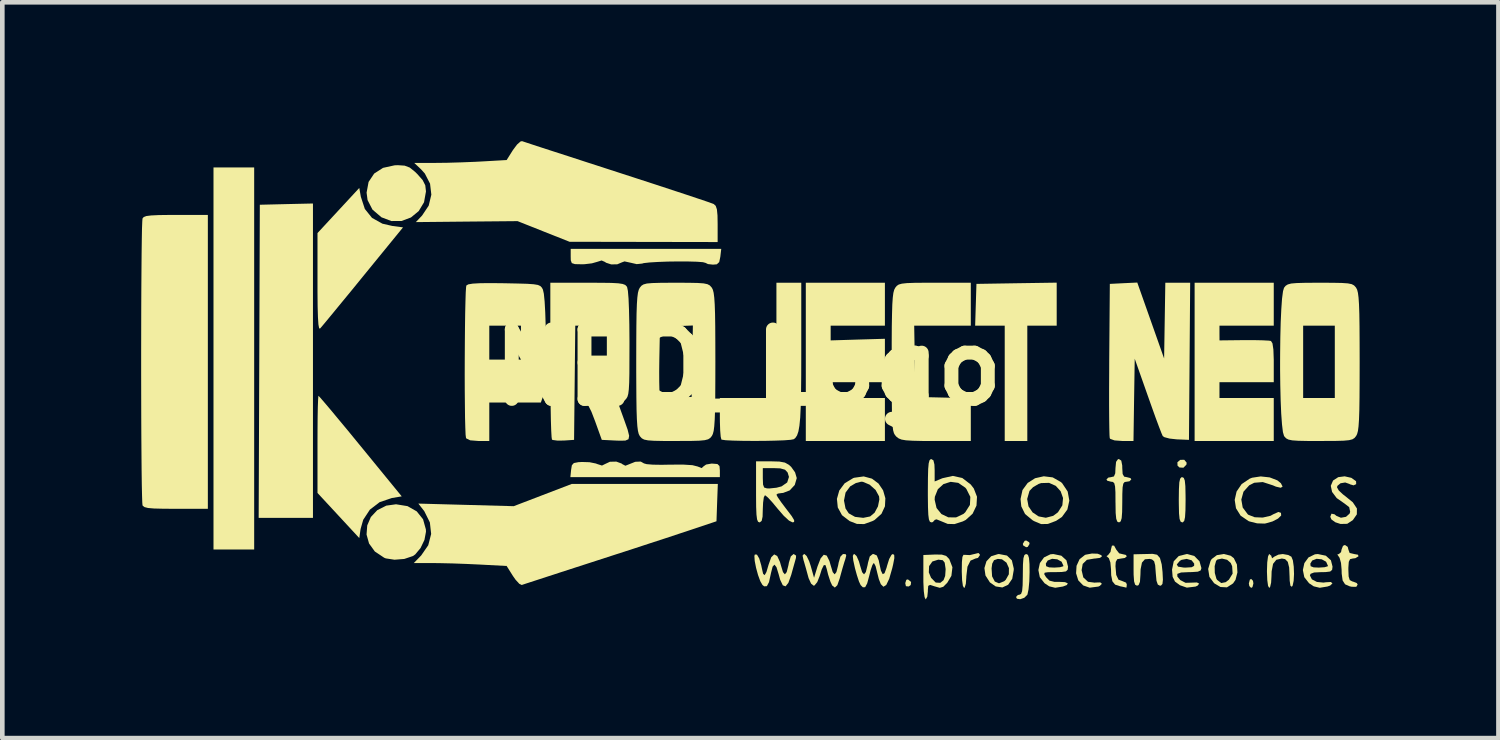
<source format=kicad_pcb>
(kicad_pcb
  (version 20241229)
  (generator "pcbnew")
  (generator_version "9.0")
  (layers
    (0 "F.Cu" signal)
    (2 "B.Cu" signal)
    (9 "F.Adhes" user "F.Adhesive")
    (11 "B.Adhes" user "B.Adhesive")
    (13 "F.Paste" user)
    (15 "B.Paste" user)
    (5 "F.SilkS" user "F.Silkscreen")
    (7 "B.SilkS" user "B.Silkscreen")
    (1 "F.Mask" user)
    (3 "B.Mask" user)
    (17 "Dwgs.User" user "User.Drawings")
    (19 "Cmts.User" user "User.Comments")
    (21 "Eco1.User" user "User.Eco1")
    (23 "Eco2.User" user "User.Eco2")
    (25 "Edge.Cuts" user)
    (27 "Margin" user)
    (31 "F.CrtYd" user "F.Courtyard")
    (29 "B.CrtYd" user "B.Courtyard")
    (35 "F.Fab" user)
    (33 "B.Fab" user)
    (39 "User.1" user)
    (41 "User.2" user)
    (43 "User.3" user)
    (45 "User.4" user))
  (footprint "NEO_Logo"
    (layer "F.Cu")
    (at 13.115 4.891)
    (property "Reference" "NEO_Logo" (at 0 0 0) (layer "F.SilkS") (effects (font (size 1.5 1.5) (thickness 0.3))))
    (attr board_only exclude_from_pos_files exclude_from_bom)
    (fp_poly (pts (xy 3.521 4.633) (xy 3.513 4.7) (xy 3.47 4.731) (xy 3.409 4.725) (xy 3.395 4.659) (xy 3.418 4.587) (xy 3.453 4.578)) (stroke (width 0) (type solid)) (fill yes) (layer "F.SilkS"))
    (fp_poly (pts (xy -10.673 -0.195) (xy -10.673 3.932) (xy -11.113 3.932) (xy -11.552 3.932) (xy -11.552 -0.195) (xy -11.552 -4.323) (xy -11.113 -4.323) (xy -10.673 -4.323)) (stroke (width 0) (type solid)) (fill yes) (layer "F.SilkS"))
    (fp_poly (pts (xy -9.403 -0.148) (xy -9.403 3.248) (xy -9.989 3.248) (xy -10.576 3.248) (xy -10.563 -0.134) (xy -10.551 -3.517) (xy -9.977 -3.531) (xy -9.403 -3.544)) (stroke (width 0) (type solid)) (fill yes) (layer "F.SilkS"))
    (fp_poly (pts (xy 6.073 3.776) (xy 6.081 3.81) (xy 6.042 3.875) (xy 6.008 3.883) (xy 5.943 3.844) (xy 5.935 3.81) (xy 5.974 3.745) (xy 6.008 3.737)) (stroke (width 0) (type solid)) (fill yes) (layer "F.SilkS"))
    (fp_poly (pts (xy 9.475 2.056) (xy 9.47 2.099) (xy 9.405 2.165) (xy 9.32 2.16) (xy 9.278 2.121) (xy 9.275 2.047) (xy 9.335 1.995) (xy 9.423 1.994)) (stroke (width 0) (type solid)) (fill yes) (layer "F.SilkS"))
    (fp_poly (pts (xy 10.908 4.608) (xy 10.917 4.665) (xy 10.897 4.744) (xy 10.868 4.762) (xy 10.829 4.722) (xy 10.819 4.665) (xy 10.84 4.585) (xy 10.868 4.567)) (stroke (width 0) (type solid)) (fill yes) (layer "F.SilkS"))
    (fp_poly (pts (xy 6.667 -1.369) (xy 6.667 -0.904) (xy 6.35 -0.904) (xy 6.032 -0.904) (xy 6.032 0.342) (xy 6.032 1.587) (xy 5.788 1.587) (xy 5.544 1.587) (xy 5.544 0.342) (xy 5.544 -0.904) (xy 5.225 -0.904) (xy 4.905 -0.904) (xy 4.919 -1.355) (xy 4.933 -1.807) (xy 5.8 -1.821) (xy 6.667 -1.834)) (stroke (width 0) (type solid)) (fill yes) (layer "F.SilkS"))
    (fp_poly (pts (xy 9.413 2.385) (xy 9.435 2.444) (xy 9.447 2.563) (xy 9.451 2.756) (xy 9.452 2.857) (xy 9.449 3.085) (xy 9.44 3.232) (xy 9.423 3.312) (xy 9.394 3.344) (xy 9.378 3.346) (xy 9.344 3.33) (xy 9.322 3.271) (xy 9.31 3.152) (xy 9.306 2.959) (xy 9.305 2.857) (xy 9.308 2.63) (xy 9.316 2.483) (xy 9.334 2.403) (xy 9.363 2.371) (xy 9.378 2.369)) (stroke (width 0) (type solid)) (fill yes) (layer "F.SilkS"))
    (fp_poly (pts (xy -7.36 2.995) (xy -7.161 3.108) (xy -7.024 3.279) (xy -6.963 3.498) (xy -6.961 3.549) (xy -6.994 3.725) (xy -7.079 3.902) (xy -7.194 4.039) (xy -7.245 4.074) (xy -7.429 4.136) (xy -7.641 4.153) (xy -7.829 4.124) (xy -7.864 4.11) (xy -8.066 3.975) (xy -8.191 3.802) (xy -8.245 3.608) (xy -8.23 3.411) (xy -8.152 3.23) (xy -8.013 3.082) (xy -7.818 2.984) (xy -7.608 2.955)) (stroke (width 0) (type solid)) (fill yes) (layer "F.SilkS"))
    (fp_poly (pts (xy -7.422 -4.362) (xy -7.313 -4.321) (xy -7.199 -4.23) (xy -7.15 -4.182) (xy -7.033 -4.05) (xy -6.976 -3.937) (xy -6.961 -3.806) (xy -6.961 -3.804) (xy -7.003 -3.571) (xy -7.118 -3.38) (xy -7.286 -3.242) (xy -7.49 -3.166) (xy -7.709 -3.165) (xy -7.923 -3.246) (xy -8.117 -3.412) (xy -8.223 -3.618) (xy -8.244 -3.779) (xy -8.201 -4.01) (xy -8.08 -4.191) (xy -7.889 -4.314) (xy -7.639 -4.369) (xy -7.568 -4.372)) (stroke (width 0) (type solid)) (fill yes) (layer "F.SilkS"))
    (fp_poly (pts (xy 5.006 4.039) (xy 5.007 4.055) (xy 4.966 4.114) (xy 4.911 4.127) (xy 4.805 4.172) (xy 4.739 4.303) (xy 4.714 4.518) (xy 4.714 4.539) (xy 4.704 4.672) (xy 4.68 4.752) (xy 4.665 4.762) (xy 4.64 4.717) (xy 4.623 4.594) (xy 4.616 4.412) (xy 4.616 4.391) (xy 4.619 4.201) (xy 4.63 4.092) (xy 4.653 4.047) (xy 4.69 4.048) (xy 4.789 4.053) (xy 4.885 4.03) (xy 4.976 4.007)) (stroke (width 0) (type solid)) (fill yes) (layer "F.SilkS"))
    (fp_poly (pts (xy -9.249 0.647) (xy -9.16 0.75) (xy -9.025 0.909) (xy -8.853 1.116) (xy -8.65 1.36) (xy -8.426 1.634) (xy -8.374 1.697) (xy -7.485 2.784) (xy -7.699 2.82) (xy -7.962 2.909) (xy -8.173 3.071) (xy -8.317 3.29) (xy -8.374 3.49) (xy -8.402 3.685) (xy -8.853 3.198) (xy -9.305 2.71) (xy -9.305 1.66) (xy -9.304 1.352) (xy -9.302 1.079) (xy -9.298 0.857) (xy -9.292 0.698) (xy -9.286 0.618) (xy -9.284 0.611)) (stroke (width 0) (type solid)) (fill yes) (layer "F.SilkS"))
    (fp_poly (pts (xy -8.368 -3.689) (xy -8.282 -3.426) (xy -8.127 -3.233) (xy -7.902 -3.108) (xy -7.689 -3.059) (xy -7.457 -3.028) (xy -8.328 -1.961) (xy -8.555 -1.682) (xy -8.765 -1.427) (xy -8.947 -1.205) (xy -9.094 -1.027) (xy -9.198 -0.902) (xy -9.249 -0.843) (xy -9.252 -0.84) (xy -9.27 -0.851) (xy -9.285 -0.931) (xy -9.295 -1.086) (xy -9.302 -1.323) (xy -9.305 -1.647) (xy -9.305 -1.846) (xy -9.305 -2.905) (xy -8.853 -3.393) (xy -8.402 -3.88)) (stroke (width 0) (type solid)) (fill yes) (layer "F.SilkS"))
    (fp_poly (pts (xy 2.955 -1.368) (xy 2.955 -0.904) (xy 2.369 -0.904) (xy 1.783 -0.904) (xy 1.783 -0.745) (xy 1.783 -0.586) (xy 2.369 -0.604) (xy 2.955 -0.621) (xy 2.955 -0.152) (xy 2.955 0.317) (xy 2.369 0.317) (xy 1.783 0.317) (xy 1.783 0.488) (xy 1.783 0.659) (xy 2.369 0.659) (xy 2.955 0.659) (xy 2.955 1.123) (xy 2.955 1.587) (xy 2.1 1.587) (xy 1.246 1.587) (xy 1.246 -0.122) (xy 1.246 -1.832) (xy 2.1 -1.832) (xy 2.955 -1.832)) (stroke (width 0) (type solid)) (fill yes) (layer "F.SilkS"))
    (fp_poly (pts (xy 6.046 4.048) (xy 6.068 4.115) (xy 6.079 4.247) (xy 6.081 4.424) (xy 6.075 4.622) (xy 6.059 4.791) (xy 6.036 4.9) (xy 6.031 4.912) (xy 5.966 4.976) (xy 5.879 5.006) (xy 5.808 4.996) (xy 5.788 4.958) (xy 5.828 4.915) (xy 5.862 4.909) (xy 5.897 4.892) (xy 5.92 4.829) (xy 5.931 4.705) (xy 5.935 4.501) (xy 5.935 4.469) (xy 5.938 4.255) (xy 5.948 4.121) (xy 5.969 4.052) (xy 6.003 4.03) (xy 6.008 4.03)) (stroke (width 0) (type solid)) (fill yes) (layer "F.SilkS"))
    (fp_poly (pts (xy 7.552 4.023) (xy 7.632 4.055) (xy 7.644 4.082) (xy 7.602 4.113) (xy 7.497 4.127) (xy 7.483 4.127) (xy 7.319 4.155) (xy 7.229 4.244) (xy 7.205 4.378) (xy 7.242 4.535) (xy 7.344 4.63) (xy 7.491 4.649) (xy 7.506 4.646) (xy 7.609 4.643) (xy 7.644 4.673) (xy 7.599 4.718) (xy 7.567 4.733) (xy 7.38 4.757) (xy 7.239 4.708) (xy 7.133 4.598) (xy 7.086 4.446) (xy 7.096 4.284) (xy 7.161 4.142) (xy 7.277 4.05) (xy 7.293 4.044) (xy 7.428 4.019)) (stroke (width 0) (type solid)) (fill yes) (layer "F.SilkS"))
    (fp_poly (pts (xy 11.357 -1.368) (xy 11.357 -0.904) (xy 10.771 -0.904) (xy 10.184 -0.904) (xy 10.184 -0.745) (xy 10.185 -0.586) (xy 10.71 -0.592) (xy 10.931 -0.592) (xy 11.118 -0.588) (xy 11.249 -0.581) (xy 11.296 -0.574) (xy 11.329 -0.522) (xy 11.349 -0.389) (xy 11.357 -0.168) (xy 11.357 -0.117) (xy 11.357 0.317) (xy 10.771 0.317) (xy 10.184 0.317) (xy 10.184 0.488) (xy 10.184 0.659) (xy 10.771 0.659) (xy 11.357 0.659) (xy 11.357 1.123) (xy 11.357 1.587) (xy 10.502 1.587) (xy 9.647 1.587) (xy 9.647 -0.122) (xy 9.647 -1.832) (xy 10.502 -1.832) (xy 11.357 -1.832)) (stroke (width 0) (type solid)) (fill yes) (layer "F.SilkS"))
    (fp_poly (pts (xy 1.148 -0.296) (xy 1.147 0.171) (xy 1.143 0.551) (xy 1.136 0.852) (xy 1.125 1.084) (xy 1.108 1.258) (xy 1.086 1.382) (xy 1.057 1.467) (xy 1.02 1.522) (xy 0.986 1.549) (xy 0.919 1.562) (xy 0.776 1.573) (xy 0.579 1.58) (xy 0.35 1.585) (xy 0.107 1.586) (xy -0.127 1.584) (xy -0.332 1.579) (xy -0.486 1.571) (xy -0.57 1.559) (xy -0.578 1.555) (xy -0.593 1.494) (xy -0.604 1.361) (xy -0.61 1.178) (xy -0.611 1.091) (xy -0.611 0.659) (xy -0.000001 0.659) (xy 0.611 0.659) (xy 0.611 -0.586) (xy 0.611 -1.832) (xy 0.879 -1.832) (xy 1.148 -1.832)) (stroke (width 0) (type solid)) (fill yes) (layer "F.SilkS"))
    (fp_poly (pts (xy 5.593 4.063) (xy 5.698 4.166) (xy 5.739 4.341) (xy 5.739 4.375) (xy 5.706 4.565) (xy 5.618 4.694) (xy 5.493 4.752) (xy 5.349 4.73) (xy 5.224 4.643) (xy 5.128 4.493) (xy 5.106 4.339) (xy 5.26 4.339) (xy 5.271 4.512) (xy 5.329 4.624) (xy 5.42 4.663) (xy 5.531 4.618) (xy 5.565 4.588) (xy 5.633 4.467) (xy 5.635 4.334) (xy 5.582 4.216) (xy 5.485 4.144) (xy 5.395 4.135) (xy 5.313 4.163) (xy 5.274 4.237) (xy 5.26 4.339) (xy 5.106 4.339) (xy 5.105 4.333) (xy 5.149 4.187) (xy 5.251 4.078) (xy 5.404 4.03) (xy 5.421 4.03)) (stroke (width 0) (type solid)) (fill yes) (layer "F.SilkS"))
    (fp_poly (pts (xy 8.836 4.045) (xy 8.898 4.115) (xy 8.936 4.254) (xy 8.954 4.42) (xy 8.962 4.586) (xy 8.952 4.676) (xy 8.921 4.711) (xy 8.898 4.714) (xy 8.852 4.69) (xy 8.823 4.607) (xy 8.808 4.445) (xy 8.807 4.433) (xy 8.795 4.273) (xy 8.772 4.186) (xy 8.727 4.147) (xy 8.676 4.135) (xy 8.572 4.144) (xy 8.509 4.215) (xy 8.48 4.36) (xy 8.476 4.482) (xy 8.466 4.631) (xy 8.436 4.702) (xy 8.402 4.714) (xy 8.362 4.693) (xy 8.339 4.621) (xy 8.329 4.477) (xy 8.328 4.375) (xy 8.328 4.036) (xy 8.487 4.032) (xy 8.63 4.029) (xy 8.739 4.026)) (stroke (width 0) (type solid)) (fill yes) (layer "F.SilkS"))
    (fp_poly (pts (xy 10.424 4.066) (xy 10.494 4.119) (xy 10.561 4.256) (xy 10.572 4.427) (xy 10.53 4.589) (xy 10.477 4.665) (xy 10.345 4.75) (xy 10.204 4.742) (xy 10.069 4.661) (xy 9.967 4.524) (xy 9.94 4.353) (xy 9.958 4.292) (xy 10.08 4.292) (xy 10.083 4.439) (xy 10.118 4.564) (xy 10.134 4.59) (xy 10.223 4.657) (xy 10.318 4.638) (xy 10.388 4.584) (xy 10.468 4.453) (xy 10.458 4.294) (xy 10.427 4.222) (xy 10.349 4.154) (xy 10.238 4.128) (xy 10.139 4.149) (xy 10.111 4.177) (xy 10.08 4.292) (xy 9.958 4.292) (xy 9.992 4.177) (xy 10.016 4.138) (xy 10.128 4.054) (xy 10.278 4.029)) (stroke (width 0) (type solid)) (fill yes) (layer "F.SilkS"))
    (fp_poly (pts (xy 7.907 3.848) (xy 7.951 3.929) (xy 7.952 3.932) (xy 8.017 4.015) (xy 8.079 4.03) (xy 8.161 4.049) (xy 8.182 4.079) (xy 8.14 4.115) (xy 8.06 4.127) (xy 7.976 4.141) (xy 7.943 4.2) (xy 7.937 4.294) (xy 7.953 4.481) (xy 8.002 4.584) (xy 8.089 4.616) (xy 8.166 4.648) (xy 8.182 4.689) (xy 8.175 4.75) (xy 8.17 4.756) (xy 8.118 4.743) (xy 8.035 4.726) (xy 7.929 4.691) (xy 7.87 4.619) (xy 7.844 4.487) (xy 7.841 4.364) (xy 7.827 4.212) (xy 7.794 4.12) (xy 7.779 4.107) (xy 7.743 4.075) (xy 7.779 4.05) (xy 7.83 3.983) (xy 7.84 3.928) (xy 7.861 3.847)) (stroke (width 0) (type solid)) (fill yes) (layer "F.SilkS"))
    (fp_poly (pts (xy 8.698 -1.016) (xy 8.988 -0.195) (xy 9.001 -1.014) (xy 9.014 -1.832) (xy 9.283 -1.832) (xy 9.551 -1.832) (xy 9.538 -0.134) (xy 9.525 1.563) (xy 9.26 1.552) (xy 9.105 1.535) (xy 8.993 1.505) (xy 8.958 1.481) (xy 8.93 1.417) (xy 8.876 1.277) (xy 8.802 1.078) (xy 8.715 0.835) (xy 8.637 0.615) (xy 8.353 -0.19) (xy 8.339 0.699) (xy 8.326 1.587) (xy 8.081 1.587) (xy 7.917 1.575) (xy 7.825 1.542) (xy 7.813 1.526) (xy 7.808 1.464) (xy 7.804 1.316) (xy 7.801 1.095) (xy 7.799 0.811) (xy 7.799 0.477) (xy 7.801 0.104) (xy 7.802 -0.171) (xy 7.815 -1.807) (xy 8.112 -1.822) (xy 8.408 -1.836)) (stroke (width 0) (type solid)) (fill yes) (layer "F.SilkS"))
    (fp_poly (pts (xy 12.955 3.875) (xy 12.969 3.932) (xy 12.997 4.008) (xy 13.094 4.03) (xy 13.177 4.045) (xy 13.188 4.079) (xy 13.12 4.12) (xy 13.063 4.127) (xy 13.006 4.141) (xy 12.978 4.199) (xy 12.969 4.325) (xy 12.969 4.368) (xy 12.975 4.516) (xy 12.999 4.592) (xy 13.053 4.622) (xy 13.068 4.625) (xy 13.15 4.657) (xy 13.17 4.688) (xy 13.141 4.738) (xy 13.041 4.737) (xy 12.993 4.726) (xy 12.898 4.684) (xy 12.845 4.601) (xy 12.825 4.454) (xy 12.823 4.369) (xy 12.81 4.222) (xy 12.779 4.112) (xy 12.763 4.088) (xy 12.73 4.04) (xy 12.763 4.03) (xy 12.811 3.989) (xy 12.822 3.932) (xy 12.853 3.853) (xy 12.895 3.834)) (stroke (width 0) (type solid)) (fill yes) (layer "F.SilkS"))
    (fp_poly (pts (xy -0.601 -2.393) (xy -0.625 -2.278) (xy -0.677 -2.23) (xy -0.76 -2.223) (xy -0.868 -2.235) (xy -0.921 -2.261) (xy -0.977 -2.276) (xy -1.109 -2.286) (xy -1.294 -2.291) (xy -1.511 -2.292) (xy -1.737 -2.289) (xy -1.951 -2.281) (xy -2.131 -2.27) (xy -2.255 -2.256) (xy -2.291 -2.246) (xy -2.408 -2.234) (xy -2.533 -2.263) (xy -2.671 -2.293) (xy -2.731 -2.271) (xy -2.828 -2.23) (xy -2.959 -2.228) (xy -3.072 -2.265) (xy -3.091 -2.28) (xy -3.166 -2.313) (xy -3.259 -2.284) (xy -3.376 -2.251) (xy -3.537 -2.232) (xy -3.602 -2.231) (xy -3.742 -2.234) (xy -3.81 -2.256) (xy -3.832 -2.316) (xy -3.834 -2.398) (xy -3.834 -2.564) (xy -2.208 -2.564) (xy -0.581 -2.564)) (stroke (width 0) (type solid)) (fill yes) (layer "F.SilkS"))
    (fp_poly (pts (xy -11.674 -0.122) (xy -11.674 3.053) (xy -12.365 3.053) (xy -12.644 3.051) (xy -12.84 3.046) (xy -12.967 3.035) (xy -13.042 3.016) (xy -13.078 2.989) (xy -13.086 2.976) (xy -13.091 2.913) (xy -13.096 2.762) (xy -13.101 2.534) (xy -13.105 2.24) (xy -13.108 1.889) (xy -13.111 1.491) (xy -13.113 1.058) (xy -13.114 0.599) (xy -13.115 0.124) (xy -13.115 -0.356) (xy -13.114 -0.831) (xy -13.113 -1.291) (xy -13.111 -1.726) (xy -13.108 -2.124) (xy -13.105 -2.476) (xy -13.101 -2.772) (xy -13.097 -3.002) (xy -13.091 -3.154) (xy -13.086 -3.219) (xy -13.086 -3.22) (xy -13.06 -3.251) (xy -13.003 -3.273) (xy -12.898 -3.286) (xy -12.731 -3.294) (xy -12.487 -3.297) (xy -12.365 -3.297) (xy -11.674 -3.297)) (stroke (width 0) (type solid)) (fill yes) (layer "F.SilkS"))
    (fp_poly (pts (xy 11.671 4.051) (xy 11.738 4.088) (xy 11.77 4.167) (xy 11.789 4.302) (xy 11.795 4.461) (xy 11.787 4.609) (xy 11.765 4.712) (xy 11.747 4.738) (xy 11.717 4.714) (xy 11.701 4.606) (xy 11.699 4.525) (xy 11.69 4.322) (xy 11.66 4.199) (xy 11.602 4.14) (xy 11.532 4.127) (xy 11.413 4.154) (xy 11.342 4.242) (xy 11.311 4.404) (xy 11.308 4.504) (xy 11.3 4.648) (xy 11.278 4.742) (xy 11.259 4.762) (xy 11.234 4.717) (xy 11.217 4.594) (xy 11.21 4.413) (xy 11.21 4.396) (xy 11.216 4.212) (xy 11.233 4.083) (xy 11.257 4.03) (xy 11.259 4.03) (xy 11.305 4.068) (xy 11.308 4.088) (xy 11.322 4.122) (xy 11.366 4.088) (xy 11.458 4.043) (xy 11.552 4.03)) (stroke (width 0) (type solid)) (fill yes) (layer "F.SilkS"))
    (fp_poly (pts (xy 11.269 2.374) (xy 11.435 2.438) (xy 11.511 2.5) (xy 11.548 2.573) (xy 11.508 2.598) (xy 11.404 2.574) (xy 11.339 2.546) (xy 11.12 2.475) (xy 10.935 2.49) (xy 10.827 2.545) (xy 10.703 2.683) (xy 10.656 2.853) (xy 10.686 3.025) (xy 10.795 3.171) (xy 10.809 3.182) (xy 10.945 3.235) (xy 11.119 3.242) (xy 11.286 3.204) (xy 11.35 3.169) (xy 11.457 3.121) (xy 11.513 3.14) (xy 11.517 3.198) (xy 11.449 3.264) (xy 11.33 3.326) (xy 11.183 3.368) (xy 11.154 3.372) (xy 10.997 3.367) (xy 10.83 3.325) (xy 10.814 3.319) (xy 10.641 3.201) (xy 10.541 3.041) (xy 10.513 2.86) (xy 10.554 2.679) (xy 10.663 2.519) (xy 10.838 2.401) (xy 10.89 2.381) (xy 11.074 2.353)) (stroke (width 0) (type solid)) (fill yes) (layer "F.SilkS"))
    (fp_poly (pts (xy 6.581 2.374) (xy 6.758 2.475) (xy 6.785 2.5) (xy 6.904 2.679) (xy 6.94 2.876) (xy 6.898 3.067) (xy 6.78 3.229) (xy 6.654 3.313) (xy 6.476 3.38) (xy 6.331 3.383) (xy 6.179 3.319) (xy 6.146 3.3) (xy 5.983 3.165) (xy 5.902 3) (xy 5.886 2.843) (xy 5.886 2.841) (xy 6.029 2.841) (xy 6.058 3.001) (xy 6.147 3.131) (xy 6.277 3.217) (xy 6.432 3.246) (xy 6.591 3.205) (xy 6.694 3.128) (xy 6.789 2.978) (xy 6.804 2.82) (xy 6.752 2.673) (xy 6.647 2.557) (xy 6.502 2.492) (xy 6.331 2.497) (xy 6.275 2.516) (xy 6.156 2.586) (xy 6.079 2.666) (xy 6.029 2.841) (xy 5.886 2.841) (xy 5.928 2.647) (xy 6.04 2.494) (xy 6.2 2.392) (xy 6.388 2.35)) (stroke (width 0) (type solid)) (fill yes) (layer "F.SilkS"))
    (fp_poly (pts (xy 13.032 2.383) (xy 13.131 2.453) (xy 13.136 2.46) (xy 13.138 2.52) (xy 13.082 2.546) (xy 13.005 2.524) (xy 12.993 2.516) (xy 12.901 2.484) (xy 12.799 2.501) (xy 12.732 2.557) (xy 12.724 2.589) (xy 12.762 2.657) (xy 12.854 2.743) (xy 12.883 2.764) (xy 13.065 2.912) (xy 13.154 3.046) (xy 13.152 3.173) (xy 13.066 3.297) (xy 12.944 3.377) (xy 12.799 3.38) (xy 12.688 3.344) (xy 12.603 3.283) (xy 12.578 3.225) (xy 12.604 3.158) (xy 12.671 3.172) (xy 12.709 3.204) (xy 12.808 3.246) (xy 12.918 3.226) (xy 12.996 3.156) (xy 13.008 3.117) (xy 12.987 3.017) (xy 12.886 2.939) (xy 12.717 2.821) (xy 12.617 2.688) (xy 12.589 2.556) (xy 12.638 2.442) (xy 12.75 2.369) (xy 12.889 2.351)) (stroke (width 0) (type solid)) (fill yes) (layer "F.SilkS"))
    (fp_poly (pts (xy -2.25 2.072) (xy -2.192 2.088) (xy -2.059 2.099) (xy -1.871 2.102) (xy -1.704 2.099) (xy -1.41 2.097) (xy -1.204 2.11) (xy -1.089 2.139) (xy -1.087 2.14) (xy -1.005 2.173) (xy -0.968 2.14) (xy -0.966 2.137) (xy -0.908 2.096) (xy -0.793 2.076) (xy -0.777 2.076) (xy -0.664 2.085) (xy -0.619 2.128) (xy -0.611 2.222) (xy -0.611 2.369) (xy -2.226 2.369) (xy -3.841 2.369) (xy -3.825 2.21) (xy -3.809 2.112) (xy -3.766 2.064) (xy -3.668 2.045) (xy -3.59 2.041) (xy -3.428 2.046) (xy -3.29 2.074) (xy -3.259 2.086) (xy -3.158 2.118) (xy -3.091 2.085) (xy -2.986 2.036) (xy -2.848 2.033) (xy -2.733 2.075) (xy -2.72 2.087) (xy -2.652 2.122) (xy -2.564 2.087) (xy -2.439 2.037) (xy -2.321 2.032)) (stroke (width 0) (type solid)) (fill yes) (layer "F.SilkS"))
    (fp_poly (pts (xy -0.67 2.919) (xy -0.684 3.322) (xy -1.294 3.526) (xy -1.5 3.594) (xy -1.78 3.687) (xy -2.118 3.797) (xy -2.493 3.92) (xy -2.889 4.048) (xy -3.287 4.177) (xy -3.37 4.204) (xy -3.732 4.321) (xy -4.065 4.429) (xy -4.357 4.524) (xy -4.596 4.602) (xy -4.772 4.659) (xy -4.872 4.692) (xy -4.891 4.699) (xy -4.945 4.673) (xy -5.026 4.584) (xy -5.082 4.504) (xy -5.218 4.288) (xy -5.804 4.257) (xy -6.087 4.244) (xy -6.385 4.233) (xy -6.656 4.227) (xy -6.807 4.225) (xy -7.224 4.225) (xy -7.064 4.06) (xy -6.912 3.84) (xy -6.849 3.596) (xy -6.877 3.346) (xy -6.997 3.105) (xy -7.02 3.075) (xy -7.126 2.94) (xy -6.096 2.968) (xy -5.065 2.996) (xy -4.439 2.756) (xy -3.813 2.516) (xy -2.234 2.516) (xy -0.655 2.516)) (stroke (width 0) (type solid)) (fill yes) (layer "F.SilkS"))
    (fp_poly (pts (xy 2.675 2.401) (xy 2.817 2.507) (xy 2.916 2.654) (xy 2.965 2.824) (xy 2.956 2.999) (xy 2.881 3.161) (xy 2.734 3.293) (xy 2.684 3.319) (xy 2.506 3.383) (xy 2.35 3.379) (xy 2.193 3.318) (xy 2.028 3.191) (xy 1.937 3.024) (xy 1.922 2.874) (xy 2.071 2.874) (xy 2.104 3.045) (xy 2.174 3.151) (xy 2.31 3.227) (xy 2.487 3.248) (xy 2.636 3.218) (xy 2.732 3.137) (xy 2.805 3.001) (xy 2.835 2.852) (xy 2.829 2.784) (xy 2.754 2.646) (xy 2.625 2.531) (xy 2.48 2.47) (xy 2.442 2.467) (xy 2.328 2.496) (xy 2.205 2.568) (xy 2.205 2.568) (xy 2.105 2.702) (xy 2.071 2.874) (xy 1.922 2.874) (xy 1.918 2.839) (xy 1.969 2.658) (xy 2.086 2.501) (xy 2.269 2.39) (xy 2.291 2.382) (xy 2.497 2.353)) (stroke (width 0) (type solid)) (fill yes) (layer "F.SilkS"))
    (fp_poly (pts (xy 8.062 2.011) (xy 8.083 2.117) (xy 8.084 2.174) (xy 8.092 2.301) (xy 8.125 2.358) (xy 8.182 2.369) (xy 8.261 2.389) (xy 8.279 2.418) (xy 8.239 2.458) (xy 8.182 2.467) (xy 8.135 2.474) (xy 8.106 2.509) (xy 8.091 2.589) (xy 8.085 2.733) (xy 8.084 2.906) (xy 8.081 3.121) (xy 8.071 3.254) (xy 8.05 3.324) (xy 8.016 3.346) (xy 8.011 3.346) (xy 7.975 3.329) (xy 7.953 3.266) (xy 7.941 3.142) (xy 7.938 2.938) (xy 7.937 2.906) (xy 7.936 2.697) (xy 7.928 2.568) (xy 7.91 2.498) (xy 7.878 2.471) (xy 7.84 2.467) (xy 7.76 2.446) (xy 7.742 2.418) (xy 7.783 2.378) (xy 7.84 2.369) (xy 7.904 2.353) (xy 7.932 2.286) (xy 7.937 2.174) (xy 7.95 2.038) (xy 7.99 1.982) (xy 8.011 1.978)) (stroke (width 0) (type solid)) (fill yes) (layer "F.SilkS"))
    (fp_poly (pts (xy 9.641 4.073) (xy 9.752 4.186) (xy 9.794 4.334) (xy 9.778 4.384) (xy 9.717 4.411) (xy 9.588 4.42) (xy 9.525 4.421) (xy 9.354 4.429) (xy 9.273 4.459) (xy 9.274 4.516) (xy 9.338 4.593) (xy 9.451 4.652) (xy 9.582 4.648) (xy 9.697 4.644) (xy 9.745 4.669) (xy 9.714 4.711) (xy 9.668 4.733) (xy 9.479 4.756) (xy 9.33 4.704) (xy 9.223 4.625) (xy 9.172 4.522) (xy 9.159 4.367) (xy 9.182 4.255) (xy 9.262 4.255) (xy 9.289 4.302) (xy 9.408 4.322) (xy 9.455 4.323) (xy 9.583 4.315) (xy 9.636 4.286) (xy 9.638 4.237) (xy 9.582 4.165) (xy 9.476 4.135) (xy 9.363 4.156) (xy 9.327 4.179) (xy 9.262 4.255) (xy 9.182 4.255) (xy 9.196 4.187) (xy 9.304 4.073) (xy 9.477 4.03) (xy 9.489 4.03)) (stroke (width 0) (type solid)) (fill yes) (layer "F.SilkS"))
    (fp_poly (pts (xy 4.183 4.042) (xy 4.277 4.07) (xy 4.343 4.136) (xy 4.345 4.138) (xy 4.414 4.315) (xy 4.392 4.5) (xy 4.303 4.65) (xy 4.216 4.738) (xy 4.141 4.76) (xy 4.035 4.73) (xy 4.034 4.73) (xy 3.932 4.697) (xy 3.891 4.718) (xy 3.883 4.812) (xy 3.883 4.84) (xy 3.871 4.951) (xy 3.84 5.006) (xy 3.834 5.007) (xy 3.812 4.96) (xy 3.795 4.831) (xy 3.786 4.633) (xy 3.786 4.529) (xy 3.786 4.427) (xy 3.904 4.427) (xy 3.953 4.544) (xy 4.053 4.646) (xy 4.152 4.652) (xy 4.222 4.595) (xy 4.257 4.503) (xy 4.267 4.365) (xy 4.265 4.339) (xy 4.247 4.216) (xy 4.206 4.164) (xy 4.116 4.152) (xy 4.107 4.152) (xy 3.981 4.191) (xy 3.91 4.291) (xy 3.904 4.427) (xy 3.786 4.427) (xy 3.786 4.051) (xy 4.027 4.041)) (stroke (width 0) (type solid)) (fill yes) (layer "F.SilkS"))
    (fp_poly (pts (xy 12.482 4.066) (xy 12.592 4.165) (xy 12.627 4.302) (xy 12.618 4.372) (xy 12.576 4.408) (xy 12.476 4.42) (xy 12.382 4.421) (xy 12.228 4.429) (xy 12.153 4.457) (xy 12.138 4.492) (xy 12.181 4.577) (xy 12.289 4.633) (xy 12.431 4.647) (xy 12.483 4.64) (xy 12.592 4.634) (xy 12.625 4.665) (xy 12.576 4.711) (xy 12.517 4.732) (xy 12.35 4.759) (xy 12.221 4.728) (xy 12.12 4.661) (xy 12.017 4.53) (xy 11.986 4.376) (xy 12.016 4.237) (xy 12.147 4.237) (xy 12.154 4.293) (xy 12.218 4.318) (xy 12.33 4.323) (xy 12.454 4.315) (xy 12.523 4.295) (xy 12.528 4.286) (xy 12.488 4.196) (xy 12.394 4.144) (xy 12.283 4.133) (xy 12.188 4.17) (xy 12.147 4.237) (xy 12.016 4.237) (xy 12.019 4.225) (xy 12.108 4.103) (xy 12.246 4.036) (xy 12.309 4.03)) (stroke (width 0) (type solid)) (fill yes) (layer "F.SilkS"))
    (fp_poly (pts (xy 6.767 4.066) (xy 6.877 4.165) (xy 6.912 4.302) (xy 6.904 4.369) (xy 6.867 4.405) (xy 6.776 4.418) (xy 6.637 4.421) (xy 6.483 4.422) (xy 6.408 4.433) (xy 6.397 4.464) (xy 6.432 4.522) (xy 6.437 4.53) (xy 6.511 4.605) (xy 6.621 4.632) (xy 6.712 4.631) (xy 6.846 4.637) (xy 6.907 4.663) (xy 6.886 4.7) (xy 6.802 4.732) (xy 6.635 4.759) (xy 6.506 4.728) (xy 6.405 4.661) (xy 6.302 4.53) (xy 6.271 4.376) (xy 6.301 4.237) (xy 6.432 4.237) (xy 6.439 4.293) (xy 6.503 4.318) (xy 6.615 4.323) (xy 6.739 4.315) (xy 6.808 4.295) (xy 6.813 4.286) (xy 6.773 4.196) (xy 6.679 4.144) (xy 6.568 4.133) (xy 6.473 4.17) (xy 6.432 4.237) (xy 6.301 4.237) (xy 6.304 4.225) (xy 6.393 4.103) (xy 6.531 4.036) (xy 6.594 4.03)) (stroke (width 0) (type solid)) (fill yes) (layer "F.SilkS"))
    (fp_poly (pts (xy -4.827 -4.872) (xy -4.685 -4.825) (xy -4.471 -4.755) (xy -4.194 -4.665) (xy -3.862 -4.558) (xy -3.488 -4.436) (xy -3.08 -4.304) (xy -2.827 -4.222) (xy -2.402 -4.084) (xy -2.005 -3.955) (xy -1.644 -3.836) (xy -1.33 -3.733) (xy -1.073 -3.647) (xy -0.883 -3.583) (xy -0.771 -3.543) (xy -0.745 -3.533) (xy -0.701 -3.494) (xy -0.675 -3.418) (xy -0.662 -3.285) (xy -0.659 -3.1) (xy -0.659 -2.711) (xy -2.259 -2.714) (xy -3.859 -2.717) (xy -4.421 -2.94) (xy -4.982 -3.163) (xy -6.081 -3.153) (xy -7.18 -3.142) (xy -7.045 -3.284) (xy -6.902 -3.498) (xy -6.845 -3.735) (xy -6.873 -3.973) (xy -6.986 -4.192) (xy -7.068 -4.283) (xy -7.215 -4.421) (xy -6.758 -4.421) (xy -6.502 -4.424) (xy -6.197 -4.433) (xy -5.893 -4.445) (xy -5.76 -4.452) (xy -5.218 -4.483) (xy -5.082 -4.699) (xy -4.994 -4.817) (xy -4.917 -4.885) (xy -4.885 -4.891)) (stroke (width 0) (type solid)) (fill yes) (layer "F.SilkS"))
    (fp_poly (pts (xy 4.811 -1.368) (xy 4.811 -0.904) (xy 4.2 -0.904) (xy 3.588 -0.904) (xy 3.601 -0.134) (xy 3.615 0.635) (xy 4.213 0.649) (xy 4.811 0.662) (xy 4.811 1.125) (xy 4.811 1.587) (xy 4.054 1.587) (xy 3.764 1.587) (xy 3.554 1.582) (xy 3.41 1.573) (xy 3.315 1.557) (xy 3.253 1.532) (xy 3.207 1.497) (xy 3.199 1.49) (xy 3.172 1.458) (xy 3.15 1.418) (xy 3.133 1.357) (xy 3.121 1.266) (xy 3.112 1.133) (xy 3.107 0.947) (xy 3.104 0.698) (xy 3.102 0.375) (xy 3.102 -0.033) (xy 3.102 -0.111) (xy 3.102 -0.544) (xy 3.104 -0.89) (xy 3.109 -1.159) (xy 3.115 -1.362) (xy 3.125 -1.51) (xy 3.138 -1.612) (xy 3.156 -1.68) (xy 3.178 -1.723) (xy 3.178 -1.723) (xy 3.211 -1.764) (xy 3.254 -1.793) (xy 3.322 -1.812) (xy 3.431 -1.824) (xy 3.598 -1.83) (xy 3.836 -1.832) (xy 4.033 -1.832) (xy 4.811 -1.832)) (stroke (width 0) (type solid)) (fill yes) (layer "F.SilkS"))
    (fp_poly (pts (xy 1.036 4.064) (xy 1.033 4.115) (xy 1.007 4.208) (xy 0.965 4.357) (xy 0.931 4.48) (xy 0.869 4.653) (xy 0.809 4.728) (xy 0.749 4.706) (xy 0.692 4.586) (xy 0.659 4.466) (xy 0.612 4.314) (xy 0.569 4.259) (xy 0.529 4.302) (xy 0.493 4.443) (xy 0.49 4.458) (xy 0.451 4.637) (xy 0.405 4.724) (xy 0.347 4.728) (xy 0.309 4.698) (xy 0.263 4.618) (xy 0.214 4.484) (xy 0.171 4.327) (xy 0.142 4.179) (xy 0.135 4.072) (xy 0.145 4.04) (xy 0.191 4.043) (xy 0.24 4.127) (xy 0.283 4.274) (xy 0.296 4.337) (xy 0.324 4.458) (xy 0.357 4.486) (xy 0.395 4.419) (xy 0.442 4.259) (xy 0.499 4.1) (xy 0.563 4.038) (xy 0.628 4.072) (xy 0.688 4.202) (xy 0.709 4.277) (xy 0.753 4.421) (xy 0.794 4.469) (xy 0.833 4.42) (xy 0.87 4.273) (xy 0.881 4.214) (xy 0.922 4.081) (xy 0.981 4.03) (xy 0.985 4.03)) (stroke (width 0) (type solid)) (fill yes) (layer "F.SilkS"))
    (fp_poly (pts (xy 2.107 4.033) (xy 2.12 4.063) (xy 2.098 4.146) (xy 2.078 4.206) (xy 2.036 4.347) (xy 1.989 4.517) (xy 1.979 4.555) (xy 1.927 4.704) (xy 1.873 4.755) (xy 1.816 4.709) (xy 1.778 4.628) (xy 1.728 4.474) (xy 1.699 4.356) (xy 1.671 4.269) (xy 1.635 4.27) (xy 1.59 4.362) (xy 1.545 4.506) (xy 1.493 4.637) (xy 1.435 4.708) (xy 1.416 4.714) (xy 1.36 4.669) (xy 1.307 4.552) (xy 1.294 4.506) (xy 1.249 4.341) (xy 1.206 4.191) (xy 1.197 4.164) (xy 1.176 4.064) (xy 1.207 4.03) (xy 1.217 4.03) (xy 1.264 4.073) (xy 1.318 4.184) (xy 1.352 4.286) (xy 1.424 4.543) (xy 1.499 4.298) (xy 1.567 4.123) (xy 1.634 4.045) (xy 1.698 4.064) (xy 1.756 4.18) (xy 1.784 4.277) (xy 1.828 4.421) (xy 1.869 4.469) (xy 1.907 4.42) (xy 1.945 4.273) (xy 1.956 4.214) (xy 1.994 4.086) (xy 2.049 4.03) (xy 2.056 4.03)) (stroke (width 0) (type solid)) (fill yes) (layer "F.SilkS"))
    (fp_poly (pts (xy 3.156 4.049) (xy 3.159 4.118) (xy 3.133 4.254) (xy 3.114 4.335) (xy 3.048 4.565) (xy 2.984 4.699) (xy 2.923 4.737) (xy 2.867 4.682) (xy 2.824 4.572) (xy 2.787 4.425) (xy 2.783 4.407) (xy 2.753 4.29) (xy 2.72 4.228) (xy 2.713 4.225) (xy 2.684 4.269) (xy 2.646 4.381) (xy 2.618 4.494) (xy 2.572 4.665) (xy 2.528 4.747) (xy 2.478 4.748) (xy 2.431 4.701) (xy 2.395 4.624) (xy 2.349 4.484) (xy 2.308 4.335) (xy 2.271 4.165) (xy 2.262 4.07) (xy 2.281 4.033) (xy 2.296 4.03) (xy 2.343 4.074) (xy 2.393 4.187) (xy 2.419 4.279) (xy 2.463 4.422) (xy 2.504 4.469) (xy 2.543 4.419) (xy 2.58 4.271) (xy 2.591 4.214) (xy 2.628 4.083) (xy 2.688 4.032) (xy 2.711 4.03) (xy 2.78 4.061) (xy 2.822 4.168) (xy 2.831 4.214) (xy 2.869 4.388) (xy 2.907 4.465) (xy 2.947 4.445) (xy 2.99 4.328) (xy 3.003 4.279) (xy 3.048 4.136) (xy 3.098 4.047) (xy 3.126 4.03)) (stroke (width 0) (type solid)) (fill yes) (layer "F.SilkS"))
    (fp_poly (pts (xy 4.003 2.005) (xy 4.025 2.096) (xy 4.03 2.22) (xy 4.03 2.462) (xy 4.198 2.392) (xy 4.423 2.342) (xy 4.627 2.387) (xy 4.808 2.526) (xy 4.875 2.612) (xy 4.945 2.792) (xy 4.934 2.983) (xy 4.85 3.159) (xy 4.701 3.294) (xy 4.639 3.325) (xy 4.459 3.383) (xy 4.312 3.379) (xy 4.164 3.318) (xy 4.07 3.28) (xy 4.03 3.293) (xy 4.03 3.296) (xy 3.99 3.34) (xy 3.957 3.346) (xy 3.927 3.332) (xy 3.906 3.282) (xy 3.893 3.181) (xy 3.886 3.015) (xy 3.884 2.857) (xy 4.03 2.857) (xy 4.071 3.036) (xy 4.177 3.166) (xy 4.325 3.237) (xy 4.492 3.239) (xy 4.653 3.163) (xy 4.691 3.128) (xy 4.792 2.969) (xy 4.801 2.795) (xy 4.716 2.625) (xy 4.692 2.596) (xy 4.54 2.492) (xy 4.375 2.47) (xy 4.22 2.519) (xy 4.099 2.63) (xy 4.034 2.793) (xy 4.03 2.857) (xy 3.884 2.857) (xy 3.883 2.77) (xy 3.883 2.662) (xy 3.885 2.386) (xy 3.89 2.194) (xy 3.901 2.072) (xy 3.919 2.005) (xy 3.945 1.98) (xy 3.957 1.978)) (stroke (width 0) (type solid)) (fill yes) (layer "F.SilkS"))
    (fp_poly (pts (xy -5.273 -1.821) (xy -4.982 -1.815) (xy -4.773 -1.809) (xy -4.632 -1.799) (xy -4.542 -1.784) (xy -4.489 -1.76) (xy -4.457 -1.726) (xy -4.435 -1.685) (xy -4.414 -1.594) (xy -4.397 -1.423) (xy -4.384 -1.192) (xy -4.375 -0.918) (xy -4.371 -0.621) (xy -4.371 -0.319) (xy -4.376 -0.029) (xy -4.385 0.228) (xy -4.399 0.435) (xy -4.417 0.574) (xy -4.425 0.603) (xy -4.479 0.757) (xy -5.036 0.757) (xy -5.593 0.757) (xy -5.593 1.172) (xy -5.593 1.587) (xy -5.832 1.587) (xy -6.006 1.573) (xy -6.091 1.531) (xy -6.096 1.521) (xy -6.105 1.451) (xy -6.111 1.3) (xy -6.117 1.08) (xy -6.12 0.807) (xy -6.123 0.493) (xy -6.124 0.154) (xy -6.123 -0.196) (xy -6.121 -0.537) (xy -5.593 -0.537) (xy -5.593 -0.171) (xy -5.251 -0.171) (xy -4.909 -0.171) (xy -4.909 -0.537) (xy -4.909 -0.904) (xy -5.251 -0.904) (xy -5.593 -0.904) (xy -5.593 -0.537) (xy -6.121 -0.537) (xy -6.121 -0.543) (xy -6.118 -0.873) (xy -6.114 -1.172) (xy -6.108 -1.426) (xy -6.102 -1.62) (xy -6.094 -1.74) (xy -6.088 -1.773) (xy -6.046 -1.797) (xy -5.949 -1.813) (xy -5.787 -1.822) (xy -5.547 -1.824)) (stroke (width 0) (type solid)) (fill yes) (layer "F.SilkS"))
    (fp_poly (pts (xy 0.675 2.032) (xy 0.794 2.054) (xy 0.88 2.102) (xy 0.93 2.147) (xy 1.014 2.265) (xy 1.05 2.387) (xy 1.05 2.391) (xy 1.007 2.538) (xy 0.898 2.655) (xy 0.754 2.71) (xy 0.733 2.711) (xy 0.641 2.724) (xy 0.611 2.748) (xy 0.639 2.801) (xy 0.713 2.909) (xy 0.818 3.048) (xy 0.831 3.065) (xy 0.942 3.211) (xy 0.994 3.298) (xy 0.993 3.338) (xy 0.96 3.346) (xy 0.883 3.308) (xy 0.77 3.204) (xy 0.639 3.053) (xy 0.523 2.913) (xy 0.427 2.809) (xy 0.368 2.761) (xy 0.363 2.76) (xy 0.339 2.804) (xy 0.323 2.92) (xy 0.317 3.053) (xy 0.312 3.223) (xy 0.292 3.314) (xy 0.253 3.345) (xy 0.244 3.346) (xy 0.214 3.332) (xy 0.193 3.281) (xy 0.18 3.178) (xy 0.173 3.01) (xy 0.171 2.761) (xy 0.171 2.687) (xy 0.171 2.393) (xy 0.317 2.393) (xy 0.322 2.529) (xy 0.346 2.593) (xy 0.408 2.612) (xy 0.461 2.613) (xy 0.613 2.597) (xy 0.723 2.568) (xy 0.844 2.483) (xy 0.882 2.364) (xy 0.853 2.268) (xy 0.797 2.208) (xy 0.693 2.179) (xy 0.56 2.174) (xy 0.317 2.174) (xy 0.317 2.393) (xy 0.171 2.393) (xy 0.171 2.027) (xy 0.491 2.027)) (stroke (width 0) (type solid)) (fill yes) (layer "F.SilkS"))
    (fp_poly (pts (xy -3.171 -1.831) (xy -2.955 -1.828) (xy -2.807 -1.82) (xy -2.713 -1.806) (xy -2.657 -1.785) (xy -2.626 -1.755) (xy -2.615 -1.737) (xy -2.598 -1.656) (xy -2.584 -1.488) (xy -2.574 -1.241) (xy -2.567 -0.927) (xy -2.564 -0.555) (xy -2.564 -0.512) (xy -2.565 -0.152) (xy -2.566 0.124) (xy -2.57 0.327) (xy -2.578 0.471) (xy -2.59 0.569) (xy -2.608 0.632) (xy -2.634 0.675) (xy -2.668 0.71) (xy -2.678 0.719) (xy -2.791 0.82) (xy -2.678 1.133) (xy -2.604 1.342) (xy -2.571 1.475) (xy -2.585 1.549) (xy -2.653 1.579) (xy -2.781 1.581) (xy -2.863 1.578) (xy -3.162 1.563) (xy -3.307 1.16) (xy -3.386 0.955) (xy -3.449 0.83) (xy -3.503 0.769) (xy -3.546 0.757) (xy -3.589 0.749) (xy -3.617 0.713) (xy -3.632 0.63) (xy -3.638 0.483) (xy -3.639 0.293) (xy -3.639 -0.171) (xy -3.346 -0.171) (xy -3.053 -0.171) (xy -3.053 -0.537) (xy -3.053 -0.904) (xy -3.394 -0.904) (xy -3.735 -0.904) (xy -3.748 0.33) (xy -3.761 1.563) (xy -3.983 1.578) (xy -4.123 1.579) (xy -4.22 1.566) (xy -4.239 1.557) (xy -4.247 1.502) (xy -4.255 1.36) (xy -4.262 1.144) (xy -4.267 0.864) (xy -4.271 0.533) (xy -4.273 0.161) (xy -4.274 -0.155) (xy -4.274 -1.832) (xy -3.47 -1.832)) (stroke (width 0) (type solid)) (fill yes) (layer "F.SilkS"))
    (fp_poly (pts (xy 12.634 -1.831) (xy 12.829 -1.827) (xy 12.959 -1.818) (xy 13.042 -1.801) (xy 13.092 -1.774) (xy 13.128 -1.735) (xy 13.137 -1.723) (xy 13.159 -1.68) (xy 13.176 -1.612) (xy 13.189 -1.51) (xy 13.199 -1.363) (xy 13.206 -1.159) (xy 13.21 -0.89) (xy 13.212 -0.543) (xy 13.213 -0.122) (xy 13.212 0.309) (xy 13.21 0.654) (xy 13.206 0.921) (xy 13.199 1.123) (xy 13.189 1.269) (xy 13.176 1.37) (xy 13.158 1.437) (xy 13.137 1.479) (xy 13.102 1.522) (xy 13.057 1.551) (xy 12.984 1.57) (xy 12.867 1.581) (xy 12.689 1.586) (xy 12.435 1.587) (xy 12.358 1.587) (xy 12.082 1.587) (xy 11.887 1.583) (xy 11.757 1.574) (xy 11.675 1.557) (xy 11.624 1.53) (xy 11.588 1.491) (xy 11.579 1.479) (xy 11.555 1.395) (xy 11.535 1.228) (xy 11.518 0.995) (xy 11.506 0.708) (xy 11.498 0.385) (xy 11.494 0.04) (xy 11.494 -0.122) (xy 11.992 -0.122) (xy 11.992 0.659) (xy 12.334 0.659) (xy 12.676 0.659) (xy 12.676 -0.122) (xy 12.676 -0.904) (xy 12.334 -0.904) (xy 11.992 -0.904) (xy 11.992 -0.122) (xy 11.494 -0.122) (xy 11.495 -0.313) (xy 11.499 -0.657) (xy 11.507 -0.978) (xy 11.52 -1.26) (xy 11.536 -1.489) (xy 11.557 -1.649) (xy 11.579 -1.723) (xy 11.614 -1.766) (xy 11.66 -1.795) (xy 11.733 -1.815) (xy 11.85 -1.825) (xy 12.027 -1.83) (xy 12.281 -1.832) (xy 12.358 -1.832)) (stroke (width 0) (type solid)) (fill yes) (layer "F.SilkS"))
    (fp_poly (pts (xy -1.287 -1.831) (xy -1.092 -1.827) (xy -0.962 -1.818) (xy -0.88 -1.801) (xy -0.829 -1.774) (xy -0.793 -1.735) (xy -0.784 -1.723) (xy -0.762 -1.68) (xy -0.745 -1.612) (xy -0.732 -1.51) (xy -0.722 -1.363) (xy -0.715 -1.159) (xy -0.711 -0.89) (xy -0.709 -0.543) (xy -0.708 -0.122) (xy -0.709 0.309) (xy -0.711 0.654) (xy -0.715 0.921) (xy -0.722 1.123) (xy -0.732 1.269) (xy -0.745 1.37) (xy -0.763 1.437) (xy -0.784 1.479) (xy -0.819 1.522) (xy -0.865 1.551) (xy -0.938 1.57) (xy -1.055 1.581) (xy -1.232 1.586) (xy -1.486 1.587) (xy -1.563 1.587) (xy -1.839 1.587) (xy -2.034 1.583) (xy -2.164 1.574) (xy -2.247 1.557) (xy -2.297 1.53) (xy -2.333 1.491) (xy -2.342 1.479) (xy -2.364 1.436) (xy -2.381 1.368) (xy -2.394 1.266) (xy -2.404 1.118) (xy -2.411 0.915) (xy -2.415 0.645) (xy -2.417 0.299) (xy -2.418 0.084) (xy -1.922 0.084) (xy -1.921 0.308) (xy -1.917 0.481) (xy -1.91 0.583) (xy -1.907 0.598) (xy -1.861 0.635) (xy -1.749 0.651) (xy -1.556 0.65) (xy -1.552 0.649) (xy -1.221 0.635) (xy -1.208 -0.136) (xy -1.194 -0.908) (xy -1.55 -0.894) (xy -1.905 -0.879) (xy -1.919 -0.173) (xy -1.922 0.084) (xy -2.418 0.084) (xy -2.418 -0.122) (xy -2.417 -0.554) (xy -2.415 -0.898) (xy -2.411 -1.166) (xy -2.404 -1.367) (xy -2.394 -1.513) (xy -2.381 -1.614) (xy -2.363 -1.681) (xy -2.342 -1.723) (xy -2.307 -1.766) (xy -2.262 -1.795) (xy -2.189 -1.815) (xy -2.072 -1.825) (xy -1.894 -1.83) (xy -1.64 -1.832) (xy -1.563 -1.832)) (stroke (width 0) (type solid)) (fill yes) (layer "F.SilkS")))
  (gr_rect
    (start -3 -3)
    (end 29.327 12.898)
    (stroke (width 0.1) (type default))
    (fill no)
    (layer "Edge.Cuts")))
</source>
